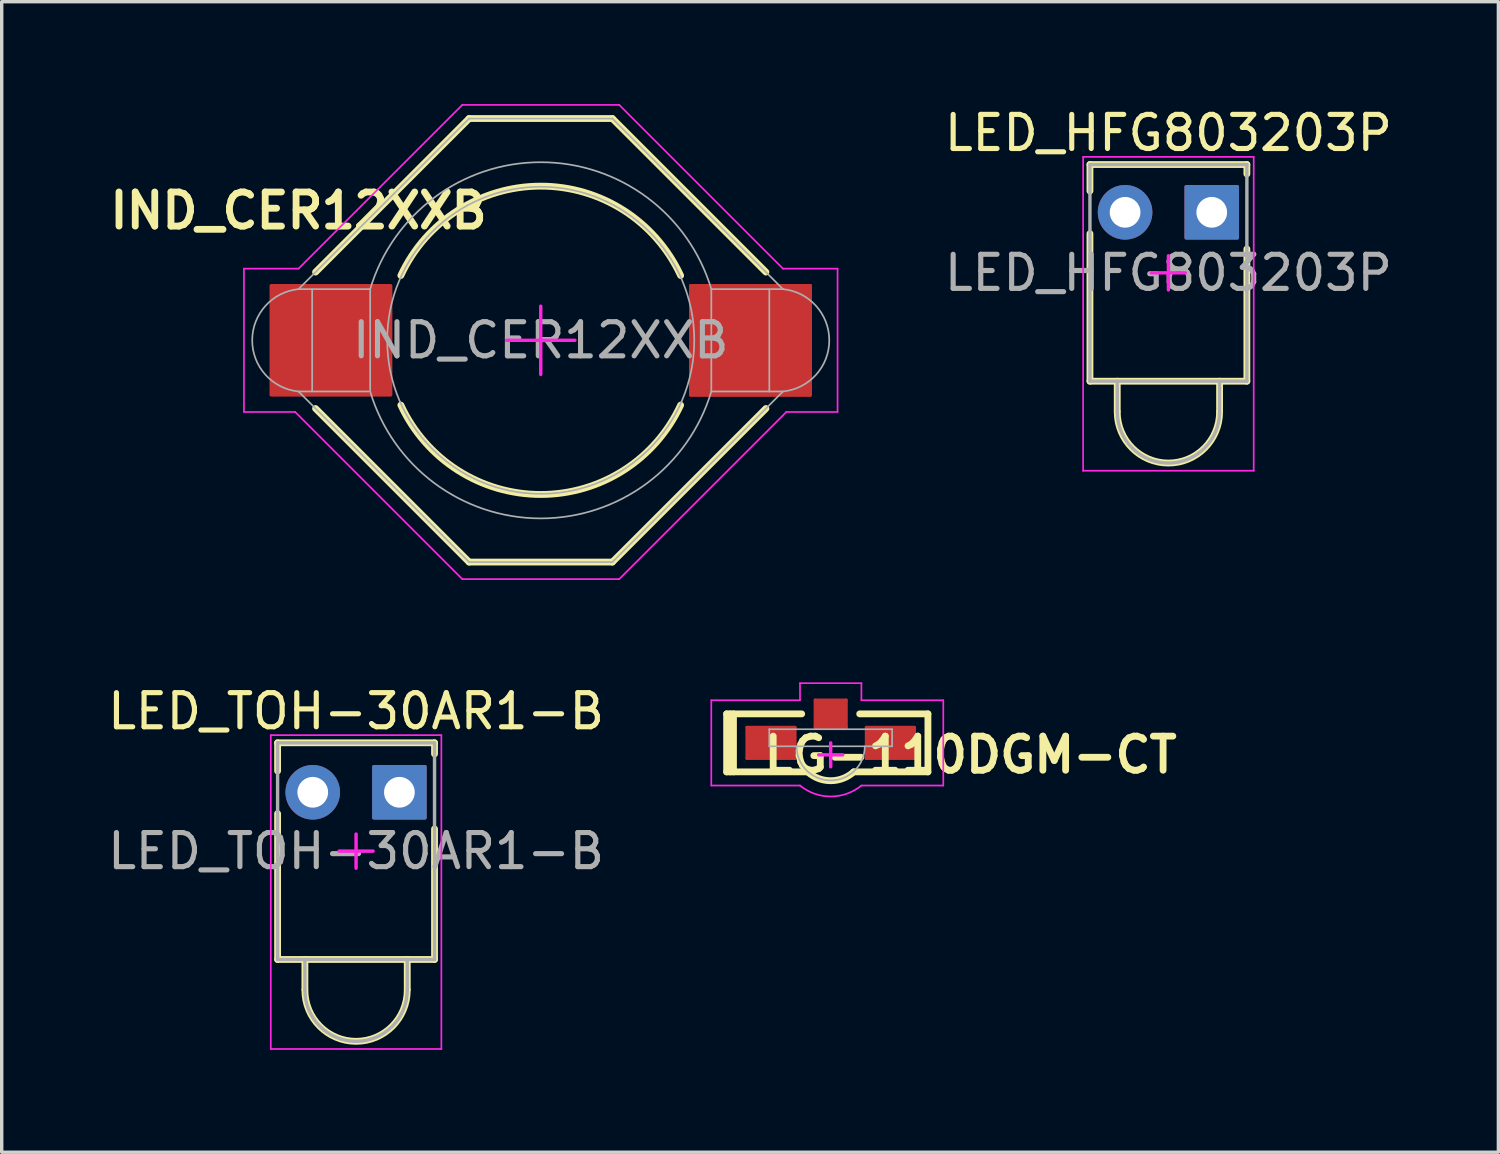
<source format=kicad_pcb>
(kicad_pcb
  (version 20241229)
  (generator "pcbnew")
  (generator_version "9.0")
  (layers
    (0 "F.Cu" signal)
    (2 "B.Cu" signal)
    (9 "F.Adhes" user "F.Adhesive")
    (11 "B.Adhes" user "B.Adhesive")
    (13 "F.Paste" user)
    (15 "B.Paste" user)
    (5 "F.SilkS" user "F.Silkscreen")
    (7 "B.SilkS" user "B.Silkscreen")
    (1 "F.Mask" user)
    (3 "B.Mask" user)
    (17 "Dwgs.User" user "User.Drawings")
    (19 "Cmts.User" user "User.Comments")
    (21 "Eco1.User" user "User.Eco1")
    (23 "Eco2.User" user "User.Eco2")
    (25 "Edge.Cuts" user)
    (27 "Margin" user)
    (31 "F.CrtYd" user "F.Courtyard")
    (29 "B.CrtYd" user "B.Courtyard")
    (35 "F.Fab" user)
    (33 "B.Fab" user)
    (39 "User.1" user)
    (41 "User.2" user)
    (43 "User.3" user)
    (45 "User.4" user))
  (footprint "LG-110DGM-CT"
    (layer "F.Cu")
    (at 21.299 19.075)
    (property "Reference" "LG-110DGM-CT" (at 4.1 0 0) (layer "F.SilkS") (effects (font (size 1 1) (thickness 0.2))))
    (attr through_hole)
    (fp_line (start -2.45 -0.8) (end -2.45 0.1) (stroke (width 0.1) (type solid)) (layer "F.Cu"))
    (fp_line (start -2.45 0.1) (end -1.05 0.1) (stroke (width 0.1) (type solid)) (layer "F.Cu"))
    (fp_line (start -1.05 -0.8) (end -2.45 -0.8) (stroke (width 0.1) (type solid)) (layer "F.Cu"))
    (fp_line (start -1.05 -0.8) (end -1.05 0.1) (stroke (width 0.1) (type solid)) (layer "F.Cu"))
    (fp_line (start -0.45 -0.8) (end -0.45 -1.6) (stroke (width 0.1) (type solid)) (layer "F.Cu"))
    (fp_line (start -0.45 -0.8) (end 0.45 -0.8) (stroke (width 0.1) (type solid)) (layer "F.Cu"))
    (fp_line (start 0.45 -1.6) (end -0.45 -1.6) (stroke (width 0.1) (type solid)) (layer "F.Cu"))
    (fp_line (start 0.45 -1.6) (end 0.45 -0.8) (stroke (width 0.1) (type solid)) (layer "F.Cu"))
    (fp_line (start 1.05 -0.8) (end 1.05 0.1) (stroke (width 0.1) (type solid)) (layer "F.Cu"))
    (fp_line (start 1.05 0.1) (end 2.45 0.1) (stroke (width 0.1) (type solid)) (layer "F.Cu"))
    (fp_line (start 2.45 -0.8) (end 1.05 -0.8) (stroke (width 0.1) (type solid)) (layer "F.Cu"))
    (fp_line (start 2.45 -0.8) (end 2.45 0.1) (stroke (width 0.1) (type solid)) (layer "F.Cu"))
    (fp_line (start -2.45 -0.8) (end -1.05 -0.8) (stroke (width 0.3) (type solid)) (layer "F.Mask"))
    (fp_line (start -2.45 0.1) (end -2.45 -0.8) (stroke (width 0.3) (type solid)) (layer "F.Mask"))
    (fp_line (start -1.05 -0.8) (end -1.05 0.1) (stroke (width 0.3) (type solid)) (layer "F.Mask"))
    (fp_line (start -1.05 0.1) (end -2.45 0.1) (stroke (width 0.3) (type solid)) (layer "F.Mask"))
    (fp_line (start -0.45 -1.6) (end -0.45 -0.8) (stroke (width 0.3) (type solid)) (layer "F.Mask"))
    (fp_line (start -0.45 -1.6) (end 0.45 -1.6) (stroke (width 0.3) (type solid)) (layer "F.Mask"))
    (fp_line (start 0.45 -0.8) (end -0.45 -0.8) (stroke (width 0.3) (type solid)) (layer "F.Mask"))
    (fp_line (start 0.45 -0.8) (end 0.45 -1.6) (stroke (width 0.3) (type solid)) (layer "F.Mask"))
    (fp_line (start 1.05 -0.8) (end 2.45 -0.8) (stroke (width 0.3) (type solid)) (layer "F.Mask"))
    (fp_line (start 1.05 0.1) (end 1.05 -0.8) (stroke (width 0.3) (type solid)) (layer "F.Mask"))
    (fp_line (start 2.45 -0.8) (end 2.45 0.1) (stroke (width 0.3) (type solid)) (layer "F.Mask"))
    (fp_line (start 2.45 0.1) (end 1.05 0.1) (stroke (width 0.3) (type solid)) (layer "F.Mask"))
    (fp_line (start -3.05 -1.2) (end -0.85 -1.2) (stroke (width 0.2) (type solid)) (layer "F.SilkS"))
    (fp_line (start -3.05 0.5) (end -3.05 -1.2) (stroke (width 0.2) (type solid)) (layer "F.SilkS"))
    (fp_line (start -2.95 0.5) (end -2.95 -1.2) (stroke (width 0.2) (type solid)) (layer "F.SilkS"))
    (fp_line (start -2.85 0.5) (end -2.85 -1.2) (stroke (width 0.2) (type solid)) (layer "F.SilkS"))
    (fp_line (start -0.675 0.5) (end -3.05 0.5) (stroke (width 0.2) (type solid)) (layer "F.SilkS"))
    (fp_line (start 0.85 -1.2) (end 2.85 -1.2) (stroke (width 0.2) (type solid)) (layer "F.SilkS"))
    (fp_line (start 2.85 -1.2) (end 2.85 0.5) (stroke (width 0.2) (type solid)) (layer "F.SilkS"))
    (fp_line (start 2.85 0.5) (end 0.675 0.5) (stroke (width 0.2) (type solid)) (layer "F.SilkS"))
    (fp_arc (start 0.675 0.5) (mid 0.000963 0.759021) (end -0.673567 0.501287) (stroke (width 0.2) (type solid)) (layer "F.SilkS"))
    (fp_line (start -2.45 -0.8) (end -1.05 -0.8) (stroke (width 0.05) (type solid)) (layer "F.Paste"))
    (fp_line (start -2.45 0.1) (end -2.45 -0.8) (stroke (width 0.05) (type solid)) (layer "F.Paste"))
    (fp_line (start -1.05 -0.8) (end -1.05 0.1) (stroke (width 0.05) (type solid)) (layer "F.Paste"))
    (fp_line (start -1.05 0.1) (end -2.45 0.1) (stroke (width 0.05) (type solid)) (layer "F.Paste"))
    (fp_line (start -0.45 -1.6) (end -0.45 -0.8) (stroke (width 0.05) (type solid)) (layer "F.Paste"))
    (fp_line (start -0.45 -1.6) (end 0.45 -1.6) (stroke (width 0.05) (type solid)) (layer "F.Paste"))
    (fp_line (start 0.45 -0.8) (end -0.45 -0.8) (stroke (width 0.05) (type solid)) (layer "F.Paste"))
    (fp_line (start 0.45 -0.8) (end 0.45 -1.6) (stroke (width 0.05) (type solid)) (layer "F.Paste"))
    (fp_line (start 1.05 -0.8) (end 2.45 -0.8) (stroke (width 0.05) (type solid)) (layer "F.Paste"))
    (fp_line (start 1.05 0.1) (end 1.05 -0.8) (stroke (width 0.05) (type solid)) (layer "F.Paste"))
    (fp_line (start 2.45 -0.8) (end 2.45 0.1) (stroke (width 0.05) (type solid)) (layer "F.Paste"))
    (fp_line (start 2.45 0.1) (end 1.05 0.1) (stroke (width 0.05) (type solid)) (layer "F.Paste"))
    (fp_line (start -3.5 -1.6) (end -3.5 0.9) (stroke (width 0.05) (type solid)) (layer "F.CrtYd"))
    (fp_line (start -3.5 0.9) (end -0.9 0.9) (stroke (width 0.05) (type solid)) (layer "F.CrtYd"))
    (fp_line (start -0.9 -2.1) (end -0.9 -1.6) (stroke (width 0.05) (type solid)) (layer "F.CrtYd"))
    (fp_line (start -0.9 -1.6) (end -3.5 -1.6) (stroke (width 0.05) (type solid)) (layer "F.CrtYd"))
    (fp_line (start -0.35 0) (end 0.35 0) (stroke (width 0.1) (type solid)) (layer "F.CrtYd"))
    (fp_line (start 0 -0.35) (end 0 0.35) (stroke (width 0.1) (type solid)) (layer "F.CrtYd"))
    (fp_line (start 0.9 -2.1) (end -0.9 -2.1) (stroke (width 0.05) (type solid)) (layer "F.CrtYd"))
    (fp_line (start 0.9 -1.6) (end 0.9 -2.1) (stroke (width 0.05) (type solid)) (layer "F.CrtYd"))
    (fp_line (start 0.9 0.9) (end 3.3 0.9) (stroke (width 0.05) (type solid)) (layer "F.CrtYd"))
    (fp_line (start 3.3 -1.6) (end 0.9 -1.6) (stroke (width 0.05) (type solid)) (layer "F.CrtYd"))
    (fp_line (start 3.3 0.9) (end 3.3 -1.6) (stroke (width 0.05) (type solid)) (layer "F.CrtYd"))
    (fp_arc (start 0.9 0.9) (mid 0 1.221267) (end -0.9 0.9) (stroke (width 0.05) (type solid)) (layer "F.CrtYd"))
    (fp_line (start -1.8 -0.75) (end -1.8 -0.25) (stroke (width 0.05) (type solid)) (layer "F.Fab"))
    (fp_line (start -1.8 -0.25) (end 1.8 -0.25) (stroke (width 0.05) (type solid)) (layer "F.Fab"))
    (fp_line (start 1.8 -0.75) (end -1.8 -0.75) (stroke (width 0.05) (type solid)) (layer "F.Fab"))
    (fp_line (start 1.8 -0.25) (end 1.8 -0.75) (stroke (width 0.05) (type solid)) (layer "F.Fab"))
    (fp_arc (start 1 -0.25) (mid 0 0.75) (end -1 -0.25) (stroke (width 0.05) (type solid)) (layer "F.Fab"))
    (pad "" smd rect (at 0 -1.2) (size 0.9 0.8) (layers "F.Cu" "F.Mask" "F.Paste"))
    (pad "1" smd rect (at -1.75 -0.35) (size 1.4 0.9) (layers "F.Cu" "F.Mask" "F.Paste"))
    (pad "2" smd rect (at 1.75 -0.35) (size 1.4 0.9) (layers "F.Cu" "F.Mask" "F.Paste")))
  (footprint "IND_CER12XXB"
    (layer "F.Cu")
    (at 12.8 6.925)
    (property "Reference" "IND_CER12XXB" (at -7.1 -3.8 0) (layer "F.SilkS") (effects (font (size 1 1) (thickness 0.2))))
    (attr smd)
    (fp_line (start 4.4 -1.6) (end 7.9 -1.6) (stroke (width 0.1) (type solid)) (layer "F.Cu"))
    (fp_line (start 4.4 1.6) (end 4.4 -1.6) (stroke (width 0.1) (type solid)) (layer "F.Cu"))
    (fp_line (start 7.9 -1.6) (end 7.9 1.6) (stroke (width 0.1) (type solid)) (layer "F.Cu"))
    (fp_line (start 7.9 1.6) (end 4.4 1.6) (stroke (width 0.1) (type solid)) (layer "F.Cu"))
    (fp_line (start 4.4 -1.6) (end 7.9 -1.6) (stroke (width 0.3) (type solid)) (layer "F.Mask"))
    (fp_line (start 4.4 1.6) (end 4.4 -1.6) (stroke (width 0.3) (type solid)) (layer "F.Mask"))
    (fp_line (start 7.9 -1.6) (end 7.9 1.6) (stroke (width 0.3) (type solid)) (layer "F.Mask"))
    (fp_line (start 7.9 1.6) (end 4.4 1.6) (stroke (width 0.3) (type solid)) (layer "F.Mask"))
    (fp_line (start -2.1 -6.5) (end -6.6 -2) (stroke (width 0.2) (type solid)) (layer "F.SilkS"))
    (fp_line (start -2.1 -6.5) (end 2.1 -6.5) (stroke (width 0.2) (type solid)) (layer "F.SilkS"))
    (fp_line (start -2.1 6.5) (end -6.6 2) (stroke (width 0.2) (type solid)) (layer "F.SilkS"))
    (fp_line (start -2.1 6.5) (end 2.1 6.5) (stroke (width 0.2) (type solid)) (layer "F.SilkS"))
    (fp_line (start 2.1 -6.5) (end 6.6 -2) (stroke (width 0.2) (type solid)) (layer "F.SilkS"))
    (fp_line (start 2.1 6.5) (end 6.6 2) (stroke (width 0.2) (type solid)) (layer "F.SilkS"))
    (fp_arc (start -4.1 -1.9) (mid 0 -4.518849) (end 4.1 -1.9) (stroke (width 0.2) (type solid)) (layer "F.SilkS"))
    (fp_arc (start 4.1 1.9) (mid 0 4.518849) (end -4.1 1.9) (stroke (width 0.2) (type solid)) (layer "F.SilkS"))
    (fp_line (start 4.4 -1.6) (end 4.4 1.6) (stroke (width 0.05) (type solid)) (layer "F.Paste"))
    (fp_line (start 4.4 1.6) (end 7.9 1.6) (stroke (width 0.05) (type solid)) (layer "F.Paste"))
    (fp_line (start 7.9 -1.6) (end 4.4 -1.6) (stroke (width 0.05) (type solid)) (layer "F.Paste"))
    (fp_line (start 7.9 1.6) (end 7.9 -1.6) (stroke (width 0.05) (type solid)) (layer "F.Paste"))
    (fp_line (start -8.7 2.1) (end -8.7 -2.1) (stroke (width 0.05) (type solid)) (layer "F.CrtYd"))
    (fp_line (start -7.2 2.1) (end -8.7 2.1) (stroke (width 0.05) (type solid)) (layer "F.CrtYd"))
    (fp_line (start -7.1 -2.1) (end -8.7 -2.1) (stroke (width 0.05) (type solid)) (layer "F.CrtYd"))
    (fp_line (start -2.3 -6.9) (end -7.1 -2.1) (stroke (width 0.05) (type solid)) (layer "F.CrtYd"))
    (fp_line (start -2.3 7) (end -7.2 2.1) (stroke (width 0.05) (type solid)) (layer "F.CrtYd"))
    (fp_line (start -1 0) (end 1 0) (stroke (width 0.1) (type solid)) (layer "F.CrtYd"))
    (fp_line (start 0 -1) (end 0 1) (stroke (width 0.1) (type solid)) (layer "F.CrtYd"))
    (fp_line (start 2.3 -6.9) (end -2.3 -6.9) (stroke (width 0.05) (type solid)) (layer "F.CrtYd"))
    (fp_line (start 2.3 -6.9) (end 7.1 -2.1) (stroke (width 0.05) (type solid)) (layer "F.CrtYd"))
    (fp_line (start 2.3 7) (end -2.3 7) (stroke (width 0.05) (type solid)) (layer "F.CrtYd"))
    (fp_line (start 2.3 7) (end 7.2 2.1) (stroke (width 0.05) (type solid)) (layer "F.CrtYd"))
    (fp_line (start 7.1 -2.1) (end 8.7 -2.1) (stroke (width 0.05) (type solid)) (layer "F.CrtYd"))
    (fp_line (start 7.2 2.1) (end 8.7 2.1) (stroke (width 0.05) (type solid)) (layer "F.CrtYd"))
    (fp_line (start 8.7 -2.1) (end 8.7 2.1) (stroke (width 0.05) (type solid)) (layer "F.CrtYd"))
    (fp_line (start -7.1 -1.5) (end -5 -1.5) (stroke (width 0.05) (type solid)) (layer "F.Fab"))
    (fp_line (start -7.1 -1.5) (end -2.1 -6.5) (stroke (width 0.05) (type solid)) (layer "F.Fab"))
    (fp_line (start -6.7 -1.5) (end -6.7 1.5) (stroke (width 0.05) (type solid)) (layer "F.Fab"))
    (fp_line (start -5.05 1.5) (end -7.1 1.5) (stroke (width 0.05) (type solid)) (layer "F.Fab"))
    (fp_line (start -5 -1.5) (end -5 1.5) (stroke (width 0.05) (type solid)) (layer "F.Fab"))
    (fp_line (start -2.1 -6.5) (end 2.1 -6.5) (stroke (width 0.05) (type solid)) (layer "F.Fab"))
    (fp_line (start -2.1 6.5) (end -7.1 1.5) (stroke (width 0.05) (type solid)) (layer "F.Fab"))
    (fp_line (start -2.1 6.5) (end 2.1 6.5) (stroke (width 0.05) (type solid)) (layer "F.Fab"))
    (fp_line (start 2.1 -6.5) (end 7.1 -1.5) (stroke (width 0.05) (type solid)) (layer "F.Fab"))
    (fp_line (start 5 -1.5) (end 7.1 -1.5) (stroke (width 0.05) (type solid)) (layer "F.Fab"))
    (fp_line (start 5 1.5) (end 5 -1.5) (stroke (width 0.05) (type solid)) (layer "F.Fab"))
    (fp_line (start 6.7 -1.5) (end 6.7 1.5) (stroke (width 0.05) (type solid)) (layer "F.Fab"))
    (fp_line (start 7.1 1.5) (end 2.1 6.5) (stroke (width 0.05) (type solid)) (layer "F.Fab"))
    (fp_line (start 7.1 1.5) (end 5 1.5) (stroke (width 0.05) (type solid)) (layer "F.Fab"))
    (fp_arc (start -7.1 1.5) (mid -8.457481 -0.001594) (end -7.096827 -1.500314) (stroke (width 0.05) (type solid)) (layer "F.Fab"))
    (fp_arc (start -5 -1.5) (mid 0 -5.220153) (end 5 -1.499999) (stroke (width 0.05) (type solid)) (layer "F.Fab"))
    (fp_arc (start 5 1.5) (mid 0 5.220153) (end -5 1.499999) (stroke (width 0.05) (type solid)) (layer "F.Fab"))
    (fp_arc (start 7.1 -1.5) (mid 8.457481 -0.001037) (end 7.102063 1.499792) (stroke (width 0.05) (type solid)) (layer "F.Fab"))
    (fp_circle (center 0 0) (end -4.5 0) (stroke (width 0.05) (type solid)) (fill no) (layer "F.Fab"))
    (fp_text user "${REFERENCE}" (at 0 0 0) (layer "F.Fab") (effects (font (size 1 1) (thickness 0.15))))
    (pad "1" smd roundrect (at -6.15 0) (size 3.6 3.3) (layers "F.Cu" "F.Mask" "F.Paste") (roundrect_rratio 0.015))
    (pad "2" smd roundrect (at 6.15 0) (size 3.6 3.3) (layers "F.Cu" "F.Mask" "F.Paste") (roundrect_rratio 0.015)))
  (footprint "LED_TOH-30AR1-B"
    (layer "F.Cu")
    (at 7.387 21.898)
    (property "Reference" "LED_TOH-30AR1-B" (at 0 -4.1 0) (layer "F.SilkS") (effects (font (size 1 1) (thickness 0.15))))
    (attr through_hole)
    (fp_line (start -2.3 -3.175) (end -2.3 -2.35) (stroke (width 0.2) (type solid)) (layer "F.SilkS"))
    (fp_line (start -2.3 3.175) (end -2.3 -1.1) (stroke (width 0.2) (type solid)) (layer "F.SilkS"))
    (fp_line (start -2.3 3.175) (end 2.3 3.175) (stroke (width 0.2) (type solid)) (layer "F.SilkS"))
    (fp_line (start -1.5 4.05) (end -1.5 3.175) (stroke (width 0.2) (type solid)) (layer "F.SilkS"))
    (fp_line (start 1.5 4.05) (end 1.5 3.175) (stroke (width 0.2) (type solid)) (layer "F.SilkS"))
    (fp_line (start 2.3 -3.175) (end -2.3 -3.175) (stroke (width 0.2) (type solid)) (layer "F.SilkS"))
    (fp_line (start 2.3 -3.175) (end 2.3 -2.85) (stroke (width 0.2) (type solid)) (layer "F.SilkS"))
    (fp_line (start 2.3 -0.65) (end 2.3 3.175) (stroke (width 0.2) (type solid)) (layer "F.SilkS"))
    (fp_arc (start 1.5 4.075) (mid 0 5.575) (end -1.5 4.075) (stroke (width 0.2) (type solid)) (layer "F.SilkS"))
    (fp_line (start -2.5 -3.4) (end 2.5 -3.4) (stroke (width 0.05) (type solid)) (layer "F.CrtYd"))
    (fp_line (start -2.5 5.8) (end -2.5 -3.4) (stroke (width 0.05) (type solid)) (layer "F.CrtYd"))
    (fp_line (start -0.5 0) (end 0.5 0) (stroke (width 0.1) (type solid)) (layer "F.CrtYd"))
    (fp_line (start 0 -0.5) (end 0 0.5) (stroke (width 0.1) (type solid)) (layer "F.CrtYd"))
    (fp_line (start 2.5 -3.4) (end 2.5 5.8) (stroke (width 0.05) (type solid)) (layer "F.CrtYd"))
    (fp_line (start 2.5 5.8) (end -2.5 5.8) (stroke (width 0.05) (type solid)) (layer "F.CrtYd"))
    (fp_line (start -2.3 -3.175) (end 2.3 -3.175) (stroke (width 0.1) (type solid)) (layer "F.Fab"))
    (fp_line (start -2.3 3.175) (end -2.3 -3.172) (stroke (width 0.1) (type solid)) (layer "F.Fab"))
    (fp_line (start -2.3 3.175) (end 2.3 3.175) (stroke (width 0.1) (type solid)) (layer "F.Fab"))
    (fp_line (start -1.52 -1.475) (end -1.52 -1.975) (stroke (width 0.1) (type solid)) (layer "F.Fab"))
    (fp_line (start -1.5 4.05) (end -1.5 3.175) (stroke (width 0.1) (type solid)) (layer "F.Fab"))
    (fp_line (start -1.02 -1.975) (end -1.52 -1.975) (stroke (width 0.1) (type solid)) (layer "F.Fab"))
    (fp_line (start -1.02 -1.975) (end -1.02 -1.475) (stroke (width 0.1) (type solid)) (layer "F.Fab"))
    (fp_line (start -1.02 -1.475) (end -1.52 -1.475) (stroke (width 0.1) (type solid)) (layer "F.Fab"))
    (fp_line (start 1.02 -1.475) (end 1.02 -1.975) (stroke (width 0.1) (type solid)) (layer "F.Fab"))
    (fp_line (start 1.5 4.05) (end 1.5 3.175) (stroke (width 0.1) (type solid)) (layer "F.Fab"))
    (fp_line (start 1.52 -1.975) (end 1.02 -1.975) (stroke (width 0.1) (type solid)) (layer "F.Fab"))
    (fp_line (start 1.52 -1.975) (end 1.52 -1.475) (stroke (width 0.1) (type solid)) (layer "F.Fab"))
    (fp_line (start 1.52 -1.475) (end 1.02 -1.475) (stroke (width 0.1) (type solid)) (layer "F.Fab"))
    (fp_line (start 2.3 3.175) (end 2.3 -3.172) (stroke (width 0.1) (type solid)) (layer "F.Fab"))
    (fp_arc (start 1.5 4.075) (mid 0 5.575) (end -1.5 4.075) (stroke (width 0.1) (type solid)) (layer "F.Fab"))
    (fp_text user "${REFERENCE}" (at 0 0 0) (layer "F.Fab") (effects (font (size 1 1) (thickness 0.15))))
    (pad "A" thru_hole circle (at -1.27 -1.725) (size 1.6 1.6) (drill 0.9) (layers "*.Cu" "*.Mask"))
    (pad "K" thru_hole roundrect (at 1.27 -1.725) (size 1.6 1.6) (drill 0.9) (layers "*.Cu" "*.Mask") (roundrect_rratio 0.031)))
  (footprint "LED_HFG803203P"
    (layer "F.Cu")
    (at 31.198 4.948)
    (property "Reference" "LED_HFG803203P" (at 0 -4.1 0) (layer "F.SilkS") (effects (font (size 1 1) (thickness 0.15))))
    (attr through_hole)
    (fp_line (start -2.3 -3.175) (end -2.3 -2.4) (stroke (width 0.2) (type solid)) (layer "F.SilkS"))
    (fp_line (start -2.3 3.175) (end -2.3 -1.15) (stroke (width 0.2) (type solid)) (layer "F.SilkS"))
    (fp_line (start -2.3 3.175) (end 2.3 3.175) (stroke (width 0.2) (type solid)) (layer "F.SilkS"))
    (fp_line (start -1.5 4.05) (end -1.5 3.175) (stroke (width 0.2) (type solid)) (layer "F.SilkS"))
    (fp_line (start 1.5 4.05) (end 1.5 3.175) (stroke (width 0.2) (type solid)) (layer "F.SilkS"))
    (fp_line (start 2.3 -3.175) (end -2.3 -3.175) (stroke (width 0.2) (type solid)) (layer "F.SilkS"))
    (fp_line (start 2.3 -3.175) (end 2.3 -2.9) (stroke (width 0.2) (type solid)) (layer "F.SilkS"))
    (fp_line (start 2.3 -0.7) (end 2.3 3.175) (stroke (width 0.2) (type solid)) (layer "F.SilkS"))
    (fp_arc (start 1.5 4.075) (mid 0 5.575) (end -1.5 4.075) (stroke (width 0.2) (type solid)) (layer "F.SilkS"))
    (fp_line (start -2.5 -3.4) (end 2.5 -3.4) (stroke (width 0.05) (type solid)) (layer "F.CrtYd"))
    (fp_line (start -2.5 5.8) (end -2.5 -3.4) (stroke (width 0.05) (type solid)) (layer "F.CrtYd"))
    (fp_line (start -0.5 0) (end 0.5 0) (stroke (width 0.1) (type solid)) (layer "F.CrtYd"))
    (fp_line (start 0 -0.5) (end 0 0.5) (stroke (width 0.1) (type solid)) (layer "F.CrtYd"))
    (fp_line (start 2.5 -3.4) (end 2.5 5.8) (stroke (width 0.05) (type solid)) (layer "F.CrtYd"))
    (fp_line (start 2.5 5.8) (end -2.5 5.8) (stroke (width 0.05) (type solid)) (layer "F.CrtYd"))
    (fp_line (start -2.3 -3.175) (end 2.3 -3.175) (stroke (width 0.1) (type solid)) (layer "F.Fab"))
    (fp_line (start -2.3 3.175) (end -2.3 -3.172) (stroke (width 0.1) (type solid)) (layer "F.Fab"))
    (fp_line (start -2.3 3.175) (end 2.3 3.175) (stroke (width 0.1) (type solid)) (layer "F.Fab"))
    (fp_line (start -1.52 -1.525) (end -1.52 -2.025) (stroke (width 0.1) (type solid)) (layer "F.Fab"))
    (fp_line (start -1.5 4.05) (end -1.5 3.175) (stroke (width 0.1) (type solid)) (layer "F.Fab"))
    (fp_line (start -1.02 -2.025) (end -1.52 -2.025) (stroke (width 0.1) (type solid)) (layer "F.Fab"))
    (fp_line (start -1.02 -2.025) (end -1.02 -1.525) (stroke (width 0.1) (type solid)) (layer "F.Fab"))
    (fp_line (start -1.02 -1.525) (end -1.52 -1.525) (stroke (width 0.1) (type solid)) (layer "F.Fab"))
    (fp_line (start 1.02 -1.525) (end 1.02 -2.025) (stroke (width 0.1) (type solid)) (layer "F.Fab"))
    (fp_line (start 1.5 4.05) (end 1.5 3.175) (stroke (width 0.1) (type solid)) (layer "F.Fab"))
    (fp_line (start 1.52 -2.025) (end 1.02 -2.025) (stroke (width 0.1) (type solid)) (layer "F.Fab"))
    (fp_line (start 1.52 -2.025) (end 1.52 -1.525) (stroke (width 0.1) (type solid)) (layer "F.Fab"))
    (fp_line (start 1.52 -1.525) (end 1.02 -1.525) (stroke (width 0.1) (type solid)) (layer "F.Fab"))
    (fp_line (start 2.3 3.175) (end 2.3 -3.172) (stroke (width 0.1) (type solid)) (layer "F.Fab"))
    (fp_arc (start 1.5 4.075) (mid 0 5.575) (end -1.5 4.075) (stroke (width 0.1) (type solid)) (layer "F.Fab"))
    (fp_text user "${REFERENCE}" (at 0 0 0) (layer "F.Fab") (effects (font (size 1 1) (thickness 0.15))))
    (pad "A" thru_hole circle (at -1.27 -1.775) (size 1.6 1.6) (drill 0.9) (layers "*.Cu" "*.Mask"))
    (pad "K" thru_hole roundrect (at 1.27 -1.775) (size 1.6 1.6) (drill 0.9) (layers "*.Cu" "*.Mask") (roundrect_rratio 0.031)))
  (gr_rect
    (start -3 -3)
    (end 40.87 30.723)
    (stroke (width 0.1) (type default))
    (fill no)
    (layer "Edge.Cuts")))
</source>
